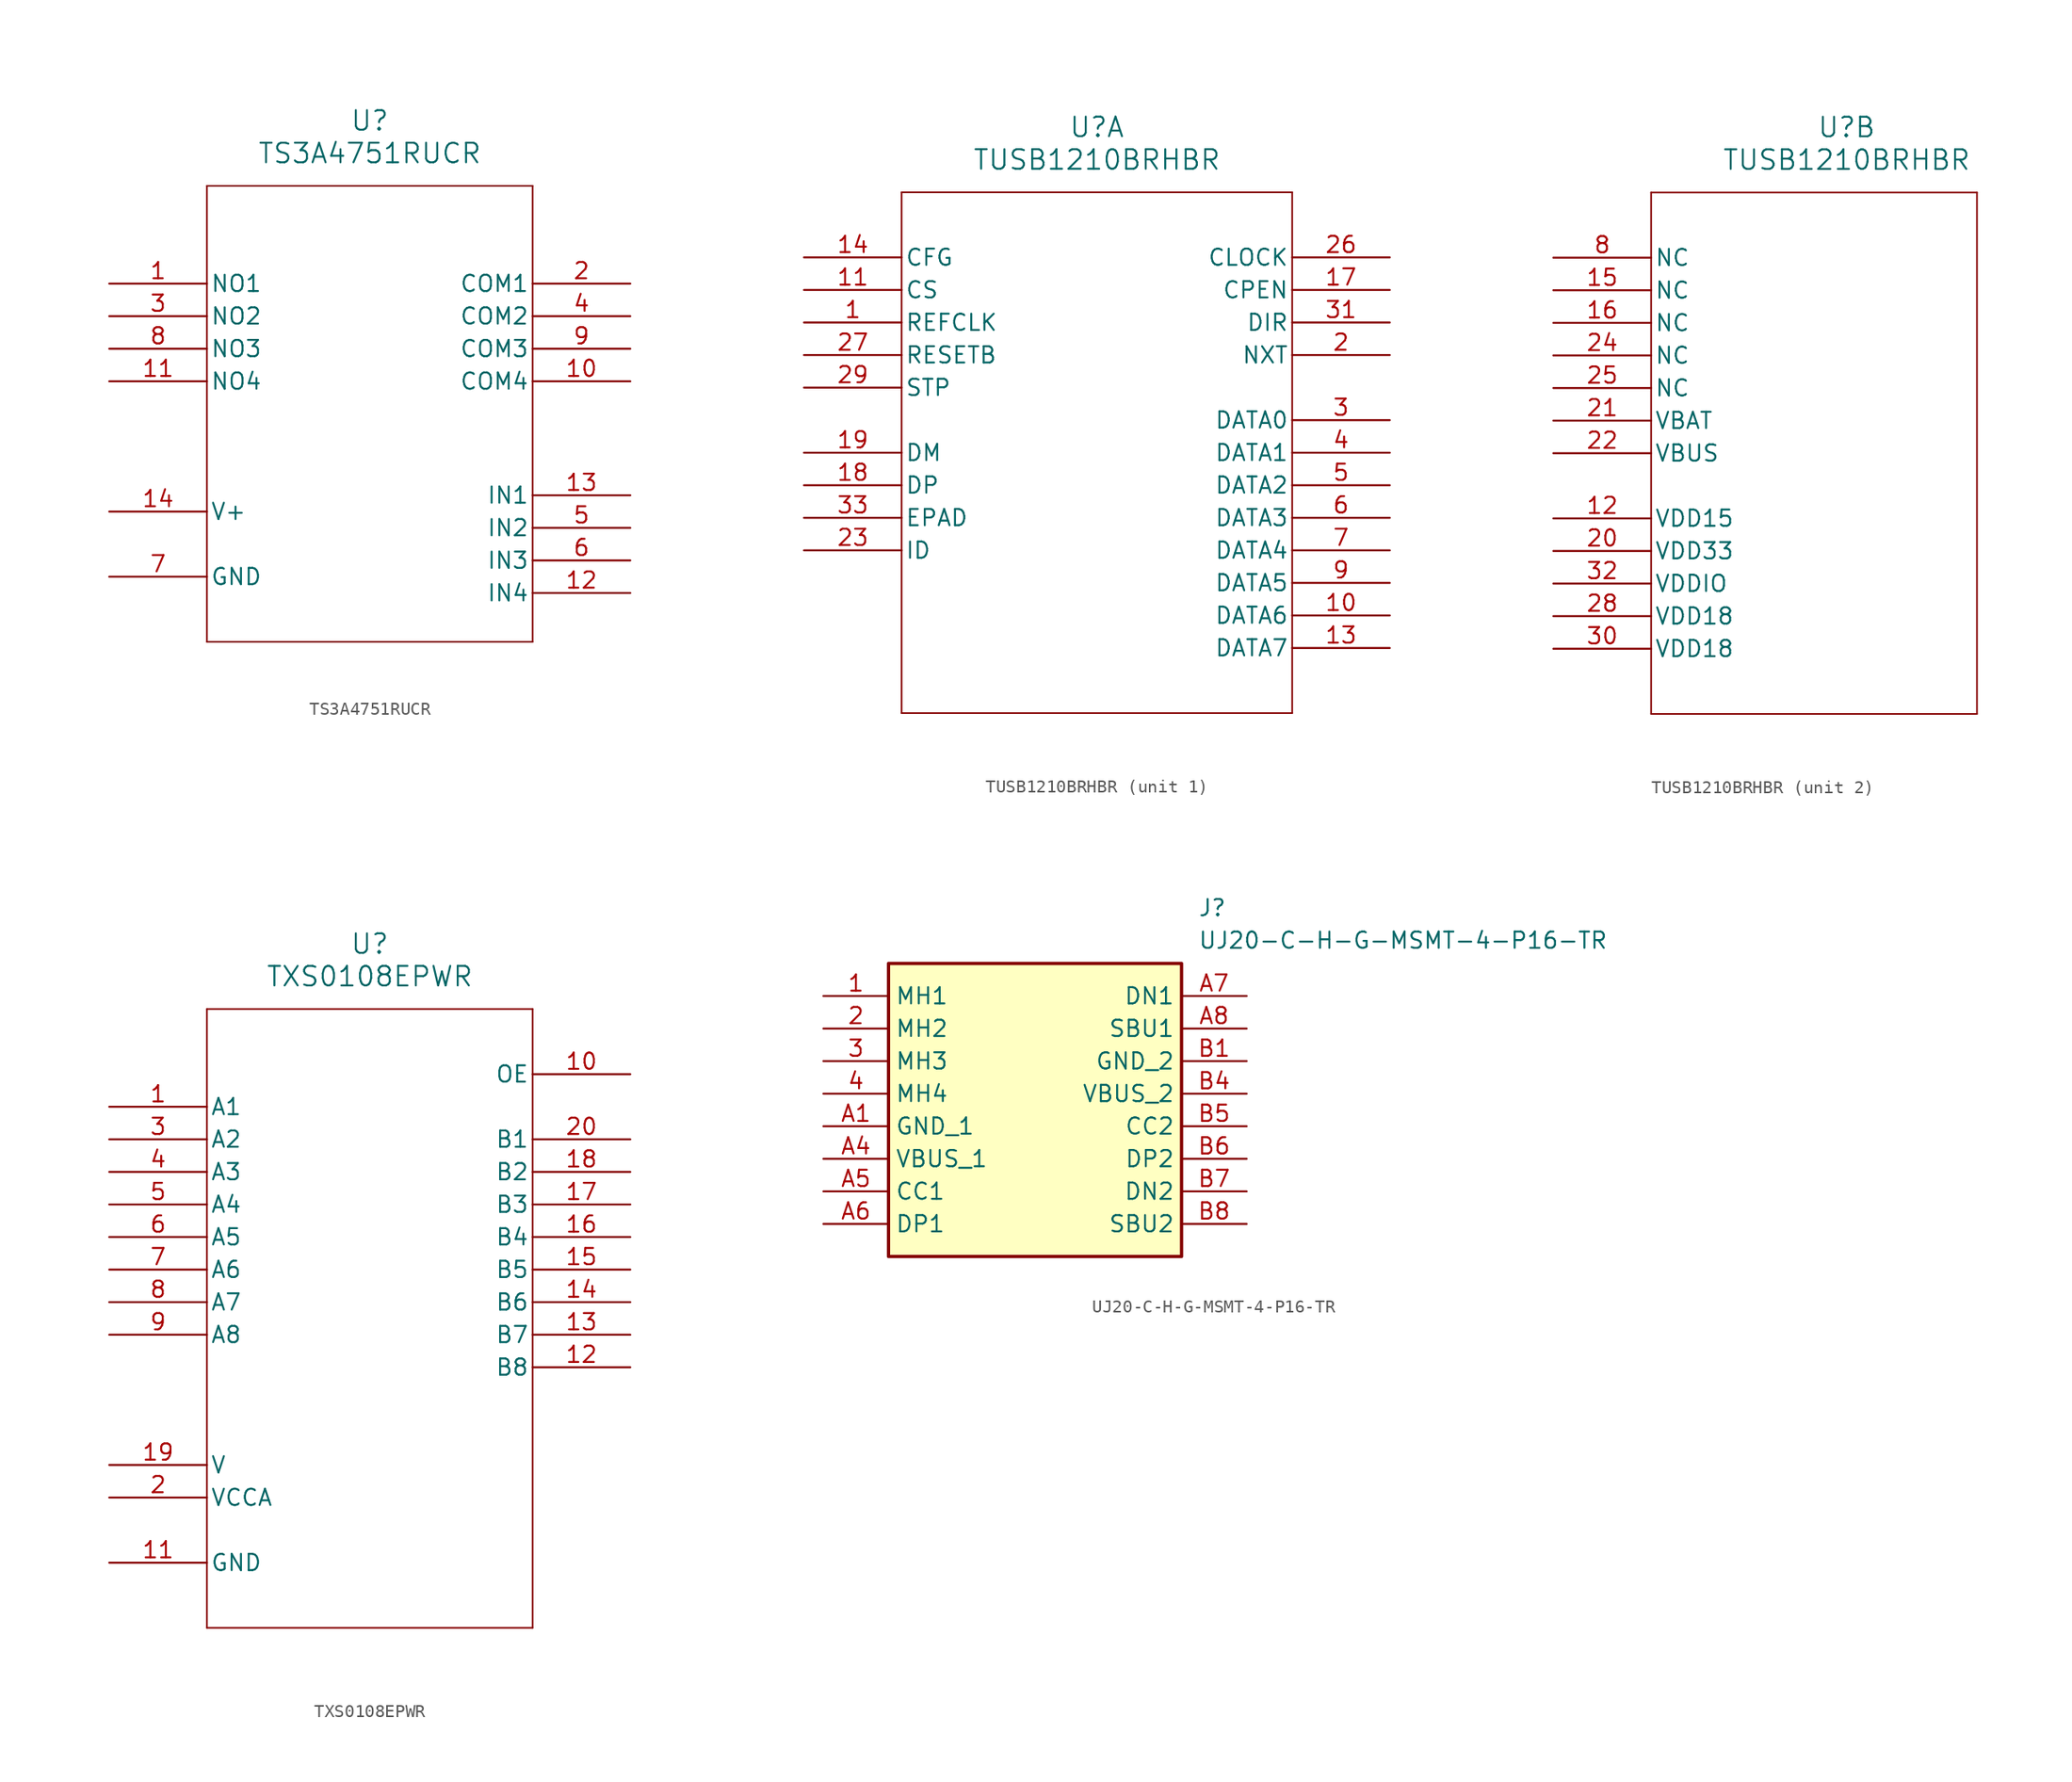
<source format=kicad_sym>
(kicad_symbol_lib
  (version 20241209)
  (generator "kicad_symbol_editor")
  (generator_version "9.0")
  (symbol "TS3A4751RUCR"
    (pin_names
      (offset 0.254))
    (property "Reference" "U"
      (at 20.32 12.7 0)
      (effects (font (size 1.524 1.524))))
    (property "Value" "TS3A4751RUCR"
      (at 20.32 10.16 0)
      (effects (font (size 1.524 1.524))))
    (symbol "TS3A4751RUCR_0_1"
      (polyline (pts (xy 7.62 7.62) (xy 7.62 -27.94)) (stroke (width 0.127) (type default)) (fill (type none)))
      (polyline (pts (xy 7.62 -27.94) (xy 33.02 -27.94)) (stroke (width 0.127) (type default)) (fill (type none)))
      (polyline (pts (xy 33.02 7.62) (xy 7.62 7.62)) (stroke (width 0.127) (type default)) (fill (type none)))
      (polyline (pts (xy 33.02 -27.94) (xy 33.02 7.62)) (stroke (width 0.127) (type default)) (fill (type none)))
      (pin power_in line (at 0 -17.78 0) (length 7.62) (name "V+" (effects (font (size 1.27 1.27)))) (number "14" (effects (font (size 1.27 1.27)))))
      (pin power_in line (at 0 -22.86 0) (length 7.62) (name "GND" (effects (font (size 1.27 1.27)))) (number "7" (effects (font (size 1.27 1.27)))))
      (pin bidirectional line (at 40.64 0 180) (length 7.62) (name "COM1" (effects (font (size 1.27 1.27)))) (number "2" (effects (font (size 1.27 1.27)))))
      (pin bidirectional line (at 40.64 -2.54 180) (length 7.62) (name "COM2" (effects (font (size 1.27 1.27)))) (number "4" (effects (font (size 1.27 1.27)))))
      (pin bidirectional line (at 40.64 -5.08 180) (length 7.62) (name "COM3" (effects (font (size 1.27 1.27)))) (number "9" (effects (font (size 1.27 1.27)))))
      (pin bidirectional line (at 40.64 -7.62 180) (length 7.62) (name "COM4" (effects (font (size 1.27 1.27)))) (number "10" (effects (font (size 1.27 1.27)))))
      (pin bidirectional line (at 40.64 -16.51 180) (length 7.62) (name "IN1" (effects (font (size 1.27 1.27)))) (number "13" (effects (font (size 1.27 1.27)))))
      (pin input line (at 40.64 -19.05 180) (length 7.62) (name "IN2" (effects (font (size 1.27 1.27)))) (number "5" (effects (font (size 1.27 1.27)))))
      (pin input line (at 40.64 -21.59 180) (length 7.62) (name "IN3" (effects (font (size 1.27 1.27)))) (number "6" (effects (font (size 1.27 1.27)))))
      (pin input line (at 40.64 -24.13 180) (length 7.62) (name "IN4" (effects (font (size 1.27 1.27)))) (number "12" (effects (font (size 1.27 1.27))))))
    (symbol "TS3A4751RUCR_1_1"
      (pin input line (at 0 0 0) (length 7.62) (name "NO1" (effects (font (size 1.27 1.27)))) (number "1" (effects (font (size 1.27 1.27)))))
      (pin bidirectional line (at 0 -2.54 0) (length 7.62) (name "NO2" (effects (font (size 1.27 1.27)))) (number "3" (effects (font (size 1.27 1.27)))))
      (pin bidirectional line (at 0 -5.08 0) (length 7.62) (name "NO3" (effects (font (size 1.27 1.27)))) (number "8" (effects (font (size 1.27 1.27)))))
      (pin bidirectional line (at 0 -7.62 0) (length 7.62) (name "NO4" (effects (font (size 1.27 1.27)))) (number "11" (effects (font (size 1.27 1.27)))))))
  (symbol "TUSB1210BRHBR"
    (pin_names
      (offset 0.254))
    (property "Reference" "U"
      (at 22.86 10.16 0)
      (effects (font (size 1.524 1.524))))
    (property "Value" "TUSB1210BRHBR"
      (at 22.86 7.62 0)
      (effects (font (size 1.524 1.524))))
    (property "ki_locked" ""
      (at 0 0 0)
      (effects (font (size 1.27 1.27))))
    (symbol "TUSB1210BRHBR_1_1"
      (polyline (pts (xy 7.62 5.08) (xy 7.62 -35.56)) (stroke (width 0.127) (type default)) (fill (type none)))
      (polyline (pts (xy 7.62 -35.56) (xy 38.1 -35.56)) (stroke (width 0.127) (type default)) (fill (type none)))
      (polyline (pts (xy 38.1 5.08) (xy 7.62 5.08)) (stroke (width 0.127) (type default)) (fill (type none)))
      (polyline (pts (xy 38.1 -35.56) (xy 38.1 5.08)) (stroke (width 0.127) (type default)) (fill (type none)))
      (pin input line (at 0 0 0) (length 7.62) (name "CFG" (effects (font (size 1.27 1.27)))) (number "14" (effects (font (size 1.27 1.27)))))
      (pin input line (at 0 -2.54 0) (length 7.62) (name "CS" (effects (font (size 1.27 1.27)))) (number "11" (effects (font (size 1.27 1.27)))))
      (pin input line (at 0 -5.08 0) (length 7.62) (name "REFCLK" (effects (font (size 1.27 1.27)))) (number "1" (effects (font (size 1.27 1.27)))))
      (pin input line (at 0 -7.62 0) (length 7.62) (name "RESETB" (effects (font (size 1.27 1.27)))) (number "27" (effects (font (size 1.27 1.27)))))
      (pin input line (at 0 -10.16 0) (length 7.62) (name "STP" (effects (font (size 1.27 1.27)))) (number "29" (effects (font (size 1.27 1.27)))))
      (pin bidirectional line (at 0 -15.24 0) (length 7.62) (name "DM" (effects (font (size 1.27 1.27)))) (number "19" (effects (font (size 1.27 1.27)))))
      (pin bidirectional line (at 0 -17.78 0) (length 7.62) (name "DP" (effects (font (size 1.27 1.27)))) (number "18" (effects (font (size 1.27 1.27)))))
      (pin unspecified line (at 0 -20.32 0) (length 7.62) (name "EPAD" (effects (font (size 1.27 1.27)))) (number "33" (effects (font (size 1.27 1.27)))))
      (pin bidirectional line (at 0 -22.86 0) (length 7.62) (name "ID" (effects (font (size 1.27 1.27)))) (number "23" (effects (font (size 1.27 1.27)))))
      (pin output line (at 45.72 0 180) (length 7.62) (name "CLOCK" (effects (font (size 1.27 1.27)))) (number "26" (effects (font (size 1.27 1.27)))))
      (pin output line (at 45.72 -2.54 180) (length 7.62) (name "CPEN" (effects (font (size 1.27 1.27)))) (number "17" (effects (font (size 1.27 1.27)))))
      (pin output line (at 45.72 -5.08 180) (length 7.62) (name "DIR" (effects (font (size 1.27 1.27)))) (number "31" (effects (font (size 1.27 1.27)))))
      (pin output line (at 45.72 -7.62 180) (length 7.62) (name "NXT" (effects (font (size 1.27 1.27)))) (number "2" (effects (font (size 1.27 1.27)))))
      (pin bidirectional line (at 45.72 -12.7 180) (length 7.62) (name "DATA0" (effects (font (size 1.27 1.27)))) (number "3" (effects (font (size 1.27 1.27)))))
      (pin bidirectional line (at 45.72 -15.24 180) (length 7.62) (name "DATA1" (effects (font (size 1.27 1.27)))) (number "4" (effects (font (size 1.27 1.27)))))
      (pin bidirectional line (at 45.72 -17.78 180) (length 7.62) (name "DATA2" (effects (font (size 1.27 1.27)))) (number "5" (effects (font (size 1.27 1.27)))))
      (pin bidirectional line (at 45.72 -20.32 180) (length 7.62) (name "DATA3" (effects (font (size 1.27 1.27)))) (number "6" (effects (font (size 1.27 1.27)))))
      (pin bidirectional line (at 45.72 -22.86 180) (length 7.62) (name "DATA4" (effects (font (size 1.27 1.27)))) (number "7" (effects (font (size 1.27 1.27)))))
      (pin bidirectional line (at 45.72 -25.4 180) (length 7.62) (name "DATA5" (effects (font (size 1.27 1.27)))) (number "9" (effects (font (size 1.27 1.27)))))
      (pin bidirectional line (at 45.72 -27.94 180) (length 7.62) (name "DATA6" (effects (font (size 1.27 1.27)))) (number "10" (effects (font (size 1.27 1.27)))))
      (pin bidirectional line (at 45.72 -30.48 180) (length 7.62) (name "DATA7" (effects (font (size 1.27 1.27)))) (number "13" (effects (font (size 1.27 1.27))))))
    (symbol "TUSB1210BRHBR_2_1"
      (polyline (pts (xy 7.62 5.08) (xy 7.62 -35.56)) (stroke (width 0.127) (type default)) (fill (type none)))
      (polyline (pts (xy 7.62 -35.56) (xy 33.02 -35.56)) (stroke (width 0.127) (type default)) (fill (type none)))
      (polyline (pts (xy 33.02 5.08) (xy 7.62 5.08)) (stroke (width 0.127) (type default)) (fill (type none)))
      (polyline (pts (xy 33.02 -35.56) (xy 33.02 5.08)) (stroke (width 0.127) (type default)) (fill (type none)))
      (pin unspecified line (at 0 0 0) (length 7.62) (name "NC" (effects (font (size 1.27 1.27)))) (number "8" (effects (font (size 1.27 1.27)))))
      (pin unspecified line (at 0 -2.54 0) (length 7.62) (name "NC" (effects (font (size 1.27 1.27)))) (number "15" (effects (font (size 1.27 1.27)))))
      (pin unspecified line (at 0 -5.08 0) (length 7.62) (name "NC" (effects (font (size 1.27 1.27)))) (number "16" (effects (font (size 1.27 1.27)))))
      (pin unspecified line (at 0 -7.62 0) (length 7.62) (name "NC" (effects (font (size 1.27 1.27)))) (number "24" (effects (font (size 1.27 1.27)))))
      (pin unspecified line (at 0 -10.16 0) (length 7.62) (name "NC" (effects (font (size 1.27 1.27)))) (number "25" (effects (font (size 1.27 1.27)))))
      (pin power_in line (at 0 -12.7 0) (length 7.62) (name "VBAT" (effects (font (size 1.27 1.27)))) (number "21" (effects (font (size 1.27 1.27)))))
      (pin power_in line (at 0 -15.24 0) (length 7.62) (name "VBUS" (effects (font (size 1.27 1.27)))) (number "22" (effects (font (size 1.27 1.27)))))
      (pin power_in line (at 0 -20.32 0) (length 7.62) (name "VDD15" (effects (font (size 1.27 1.27)))) (number "12" (effects (font (size 1.27 1.27)))))
      (pin power_in line (at 0 -22.86 0) (length 7.62) (name "VDD33" (effects (font (size 1.27 1.27)))) (number "20" (effects (font (size 1.27 1.27)))))
      (pin power_in line (at 0 -25.4 0) (length 7.62) (name "VDDIO" (effects (font (size 1.27 1.27)))) (number "32" (effects (font (size 1.27 1.27)))))
      (pin power_in line (at 0 -27.94 0) (length 7.62) (name "VDD18" (effects (font (size 1.27 1.27)))) (number "28" (effects (font (size 1.27 1.27)))))
      (pin power_in line (at 0 -30.48 0) (length 7.62) (name "VDD18" (effects (font (size 1.27 1.27)))) (number "30" (effects (font (size 1.27 1.27)))))))
  (symbol "TXS0108EPWR"
    (pin_names
      (offset 0.254))
    (property "Reference" "U"
      (at 20.32 12.7 0)
      (effects (font (size 1.524 1.524))))
    (property "Value" "TXS0108EPWR"
      (at 20.32 10.16 0)
      (effects (font (size 1.524 1.524))))
    (property "ki_locked" ""
      (at 0 0 0)
      (effects (font (size 1.27 1.27))))
    (symbol "TXS0108EPWR_0_1"
      (polyline (pts (xy 7.62 7.62) (xy 7.62 -40.64)) (stroke (width 0.127) (type default)) (fill (type none)))
      (polyline (pts (xy 7.62 -40.64) (xy 33.02 -40.64)) (stroke (width 0.127) (type default)) (fill (type none)))
      (polyline (pts (xy 33.02 7.62) (xy 7.62 7.62)) (stroke (width 0.127) (type default)) (fill (type none)))
      (polyline (pts (xy 33.02 -40.64) (xy 33.02 7.62)) (stroke (width 0.127) (type default)) (fill (type none)))
      (pin bidirectional line (at 0 0 0) (length 7.62) (name "A1" (effects (font (size 1.27 1.27)))) (number "1" (effects (font (size 1.27 1.27)))))
      (pin bidirectional line (at 0 -2.54 0) (length 7.62) (name "A2" (effects (font (size 1.27 1.27)))) (number "3" (effects (font (size 1.27 1.27)))))
      (pin bidirectional line (at 0 -5.08 0) (length 7.62) (name "A3" (effects (font (size 1.27 1.27)))) (number "4" (effects (font (size 1.27 1.27)))))
      (pin bidirectional line (at 0 -7.62 0) (length 7.62) (name "A4" (effects (font (size 1.27 1.27)))) (number "5" (effects (font (size 1.27 1.27)))))
      (pin bidirectional line (at 0 -10.16 0) (length 7.62) (name "A5" (effects (font (size 1.27 1.27)))) (number "6" (effects (font (size 1.27 1.27)))))
      (pin bidirectional line (at 0 -12.7 0) (length 7.62) (name "A6" (effects (font (size 1.27 1.27)))) (number "7" (effects (font (size 1.27 1.27)))))
      (pin bidirectional line (at 0 -15.24 0) (length 7.62) (name "A7" (effects (font (size 1.27 1.27)))) (number "8" (effects (font (size 1.27 1.27)))))
      (pin bidirectional line (at 0 -17.78 0) (length 7.62) (name "A8" (effects (font (size 1.27 1.27)))) (number "9" (effects (font (size 1.27 1.27)))))
      (pin power_in line (at 0 -27.94 0) (length 7.62) (name "V" (effects (font (size 1.27 1.27)))) (number "19" (effects (font (size 1.27 1.27)))))
      (pin power_in line (at 0 -30.48 0) (length 7.62) (name "VCCA" (effects (font (size 1.27 1.27)))) (number "2" (effects (font (size 1.27 1.27)))))
      (pin power_in line (at 0 -35.56 0) (length 7.62) (name "GND" (effects (font (size 1.27 1.27)))) (number "11" (effects (font (size 1.27 1.27)))))
      (pin output line (at 40.64 2.54 180) (length 7.62) (name "OE" (effects (font (size 1.27 1.27)))) (number "10" (effects (font (size 1.27 1.27)))))
      (pin bidirectional line (at 40.64 -2.54 180) (length 7.62) (name "B1" (effects (font (size 1.27 1.27)))) (number "20" (effects (font (size 1.27 1.27)))))
      (pin bidirectional line (at 40.64 -5.08 180) (length 7.62) (name "B2" (effects (font (size 1.27 1.27)))) (number "18" (effects (font (size 1.27 1.27)))))
      (pin bidirectional line (at 40.64 -7.62 180) (length 7.62) (name "B3" (effects (font (size 1.27 1.27)))) (number "17" (effects (font (size 1.27 1.27)))))
      (pin bidirectional line (at 40.64 -10.16 180) (length 7.62) (name "B4" (effects (font (size 1.27 1.27)))) (number "16" (effects (font (size 1.27 1.27)))))
      (pin bidirectional line (at 40.64 -12.7 180) (length 7.62) (name "B5" (effects (font (size 1.27 1.27)))) (number "15" (effects (font (size 1.27 1.27)))))
      (pin bidirectional line (at 40.64 -15.24 180) (length 7.62) (name "B6" (effects (font (size 1.27 1.27)))) (number "14" (effects (font (size 1.27 1.27)))))
      (pin bidirectional line (at 40.64 -17.78 180) (length 7.62) (name "B7" (effects (font (size 1.27 1.27)))) (number "13" (effects (font (size 1.27 1.27)))))
      (pin bidirectional line (at 40.64 -20.32 180) (length 7.62) (name "B8" (effects (font (size 1.27 1.27)))) (number "12" (effects (font (size 1.27 1.27)))))))
  (symbol "UJ20-C-H-G-MSMT-4-P16-TR"
    (property "Reference" "J"
      (at 29.21 7.62 0)
      (effects (font (size 1.27 1.27)) (justify left top)))
    (property "Value" "UJ20-C-H-G-MSMT-4-P16-TR"
      (at 29.21 5.08 0)
      (effects (font (size 1.27 1.27)) (justify left top)))
    (symbol "UJ20-C-H-G-MSMT-4-P16-TR_1_1"
      (rectangle (start 5.08 2.54) (end 27.94 -20.32) (stroke (width 0.254) (type default)) (fill (type background)))
      (pin passive line (at 0 0 0) (length 5.08) (name "MH1" (effects (font (size 1.27 1.27)))) (number "1" (effects (font (size 1.27 1.27)))))
      (pin passive line (at 0 -2.54 0) (length 5.08) (name "MH2" (effects (font (size 1.27 1.27)))) (number "2" (effects (font (size 1.27 1.27)))))
      (pin passive line (at 0 -5.08 0) (length 5.08) (name "MH3" (effects (font (size 1.27 1.27)))) (number "3" (effects (font (size 1.27 1.27)))))
      (pin passive line (at 0 -7.62 0) (length 5.08) (name "MH4" (effects (font (size 1.27 1.27)))) (number "4" (effects (font (size 1.27 1.27)))))
      (pin passive line (at 0 -10.16 0) (length 5.08) (name "GND_1" (effects (font (size 1.27 1.27)))) (number "A1" (effects (font (size 1.27 1.27)))))
      (pin passive line (at 0 -12.7 0) (length 5.08) (name "VBUS_1" (effects (font (size 1.27 1.27)))) (number "A4" (effects (font (size 1.27 1.27)))))
      (pin passive line (at 0 -15.24 0) (length 5.08) (name "CC1" (effects (font (size 1.27 1.27)))) (number "A5" (effects (font (size 1.27 1.27)))))
      (pin passive line (at 0 -17.78 0) (length 5.08) (name "DP1" (effects (font (size 1.27 1.27)))) (number "A6" (effects (font (size 1.27 1.27)))))
      (pin passive line (at 33.02 0 180) (length 5.08) (name "DN1" (effects (font (size 1.27 1.27)))) (number "A7" (effects (font (size 1.27 1.27)))))
      (pin passive line (at 33.02 -2.54 180) (length 5.08) (name "SBU1" (effects (font (size 1.27 1.27)))) (number "A8" (effects (font (size 1.27 1.27)))))
      (pin passive line (at 33.02 -5.08 180) (length 5.08) (name "GND_2" (effects (font (size 1.27 1.27)))) (number "B1" (effects (font (size 1.27 1.27)))))
      (pin passive line (at 33.02 -7.62 180) (length 5.08) (name "VBUS_2" (effects (font (size 1.27 1.27)))) (number "B4" (effects (font (size 1.27 1.27)))))
      (pin passive line (at 33.02 -10.16 180) (length 5.08) (name "CC2" (effects (font (size 1.27 1.27)))) (number "B5" (effects (font (size 1.27 1.27)))))
      (pin passive line (at 33.02 -12.7 180) (length 5.08) (name "DP2" (effects (font (size 1.27 1.27)))) (number "B6" (effects (font (size 1.27 1.27)))))
      (pin passive line (at 33.02 -15.24 180) (length 5.08) (name "DN2" (effects (font (size 1.27 1.27)))) (number "B7" (effects (font (size 1.27 1.27)))))
      (pin passive line (at 33.02 -17.78 180) (length 5.08) (name "SBU2" (effects (font (size 1.27 1.27)))) (number "B8" (effects (font (size 1.27 1.27))))))))
</source>
